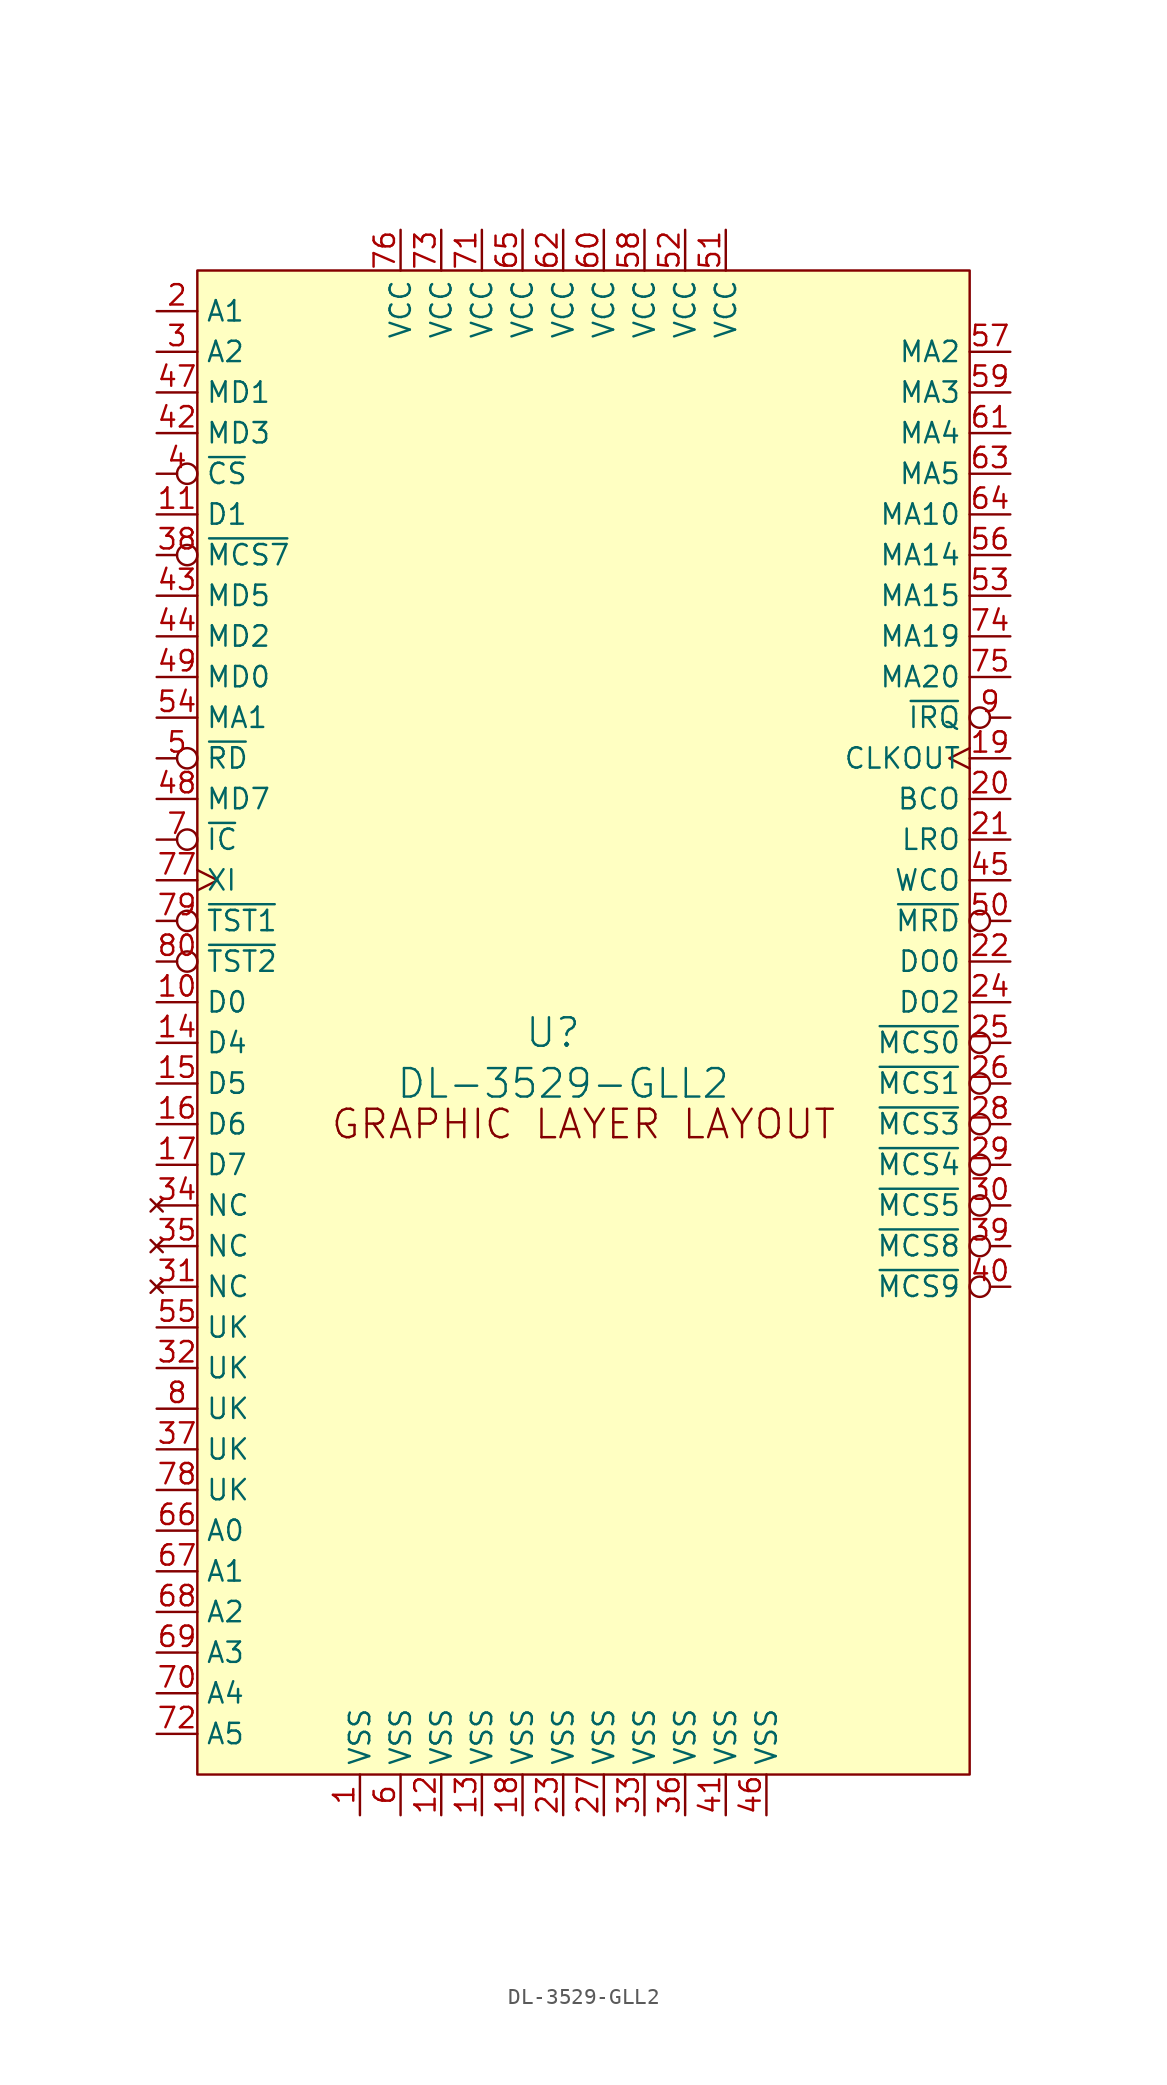
<source format=kicad_sym>
(kicad_symbol_lib
  (version 20211014)
  (generator kicad_symbol_editor)
  (symbol "DL-3529-GLL2"
    (property "Reference" "U"
      (at -0.635 3.175 0)
      (effects (font (size 1.778 1.778))))
    (property "Value" "DL-3529-GLL2"
      (at 0 0 0)
      (effects (font (size 1.778 1.778))))
    (symbol "DL-3529-GLL2_0_0"
      (text "GRAPHIC LAYER LAYOUT" (at 1.27 -2.54 0) (effects (font (size 1.778 1.778)))))
    (symbol "DL-3529-GLL2_0_1"
      (rectangle (start -22.86 50.8) (end 25.4 -43.18) (stroke (width 0) (type default) (color 0 0 0 0)) (fill (type background))))
    (symbol "DL-3529-GLL2_1_1"
      (pin power_in line (at -12.7 -45.72 90) (length 2.54) (name "VSS" (effects (font (size 1.27 1.27)))) (number "1" (effects (font (size 1.27 1.27)))))
      (pin bidirectional line (at -25.4 5.08 0) (length 2.54) (name "D0" (effects (font (size 1.27 1.27)))) (number "10" (effects (font (size 1.27 1.27)))))
      (pin bidirectional line (at -25.4 35.56 0) (length 2.54) (name "D1" (effects (font (size 1.27 1.27)))) (number "11" (effects (font (size 1.27 1.27)))))
      (pin power_in line (at -7.62 -45.72 90) (length 2.54) (name "VSS" (effects (font (size 1.27 1.27)))) (number "12" (effects (font (size 1.27 1.27)))))
      (pin power_in line (at -5.08 -45.72 90) (length 2.54) (name "VSS" (effects (font (size 1.27 1.27)))) (number "13" (effects (font (size 1.27 1.27)))))
      (pin bidirectional line (at -25.4 2.54 0) (length 2.54) (name "D4" (effects (font (size 1.27 1.27)))) (number "14" (effects (font (size 1.27 1.27)))))
      (pin bidirectional line (at -25.4 0 0) (length 2.54) (name "D5" (effects (font (size 1.27 1.27)))) (number "15" (effects (font (size 1.27 1.27)))))
      (pin bidirectional line (at -25.4 -2.54 0) (length 2.54) (name "D6" (effects (font (size 1.27 1.27)))) (number "16" (effects (font (size 1.27 1.27)))))
      (pin bidirectional line (at -25.4 -5.08 0) (length 2.54) (name "D7" (effects (font (size 1.27 1.27)))) (number "17" (effects (font (size 1.27 1.27)))))
      (pin power_in line (at -2.54 -45.72 90) (length 2.54) (name "VSS" (effects (font (size 1.27 1.27)))) (number "18" (effects (font (size 1.27 1.27)))))
      (pin output clock (at 27.94 20.32 180) (length 2.54) (name "CLKOUT" (effects (font (size 1.27 1.27)))) (number "19" (effects (font (size 1.27 1.27)))))
      (pin input line (at -25.4 48.26 0) (length 2.54) (name "A1" (effects (font (size 1.27 1.27)))) (number "2" (effects (font (size 1.27 1.27)))))
      (pin output line (at 27.94 17.78 180) (length 2.54) (name "BCO" (effects (font (size 1.27 1.27)))) (number "20" (effects (font (size 1.27 1.27)))))
      (pin output line (at 27.94 15.24 180) (length 2.54) (name "LRO" (effects (font (size 1.27 1.27)))) (number "21" (effects (font (size 1.27 1.27)))))
      (pin output line (at 27.94 7.62 180) (length 2.54) (name "DO0" (effects (font (size 1.27 1.27)))) (number "22" (effects (font (size 1.27 1.27)))))
      (pin power_in line (at 0 -45.72 90) (length 2.54) (name "VSS" (effects (font (size 1.27 1.27)))) (number "23" (effects (font (size 1.27 1.27)))))
      (pin output line (at 27.94 5.08 180) (length 2.54) (name "DO2" (effects (font (size 1.27 1.27)))) (number "24" (effects (font (size 1.27 1.27)))))
      (pin output inverted (at 27.94 2.54 180) (length 2.54) (name "~{MCS0}" (effects (font (size 1.27 1.27)))) (number "25" (effects (font (size 1.27 1.27)))))
      (pin output inverted (at 27.94 0 180) (length 2.54) (name "~{MCS1}" (effects (font (size 1.27 1.27)))) (number "26" (effects (font (size 1.27 1.27)))))
      (pin power_in line (at 2.54 -45.72 90) (length 2.54) (name "VSS" (effects (font (size 1.27 1.27)))) (number "27" (effects (font (size 1.27 1.27)))))
      (pin output inverted (at 27.94 -2.54 180) (length 2.54) (name "~{MCS3}" (effects (font (size 1.27 1.27)))) (number "28" (effects (font (size 1.27 1.27)))))
      (pin output inverted (at 27.94 -5.08 180) (length 2.54) (name "~{MCS4}" (effects (font (size 1.27 1.27)))) (number "29" (effects (font (size 1.27 1.27)))))
      (pin input line (at -25.4 45.72 0) (length 2.54) (name "A2" (effects (font (size 1.27 1.27)))) (number "3" (effects (font (size 1.27 1.27)))))
      (pin output inverted (at 27.94 -7.62 180) (length 2.54) (name "~{MCS5}" (effects (font (size 1.27 1.27)))) (number "30" (effects (font (size 1.27 1.27)))))
      (pin no_connect line (at -25.4 -12.7 0) (length 2.54) (name "NC" (effects (font (size 1.27 1.27)))) (number "31" (effects (font (size 1.27 1.27)))))
      (pin bidirectional line (at -25.4 -17.78 0) (length 2.54) (name "UK" (effects (font (size 1.27 1.27)))) (number "32" (effects (font (size 1.27 1.27)))))
      (pin power_in line (at 5.08 -45.72 90) (length 2.54) (name "VSS" (effects (font (size 1.27 1.27)))) (number "33" (effects (font (size 1.27 1.27)))))
      (pin no_connect line (at -25.4 -7.62 0) (length 2.54) (name "NC" (effects (font (size 1.27 1.27)))) (number "34" (effects (font (size 1.27 1.27)))))
      (pin no_connect line (at -25.4 -10.16 0) (length 2.54) (name "NC" (effects (font (size 1.27 1.27)))) (number "35" (effects (font (size 1.27 1.27)))))
      (pin power_in line (at 7.62 -45.72 90) (length 2.54) (name "VSS" (effects (font (size 1.27 1.27)))) (number "36" (effects (font (size 1.27 1.27)))))
      (pin bidirectional line (at -25.4 -22.86 0) (length 2.54) (name "UK" (effects (font (size 1.27 1.27)))) (number "37" (effects (font (size 1.27 1.27)))))
      (pin output inverted (at -25.4 33.02 0) (length 2.54) (name "~{MCS7}" (effects (font (size 1.27 1.27)))) (number "38" (effects (font (size 1.27 1.27)))))
      (pin output inverted (at 27.94 -10.16 180) (length 2.54) (name "~{MCS8}" (effects (font (size 1.27 1.27)))) (number "39" (effects (font (size 1.27 1.27)))))
      (pin input inverted (at -25.4 38.1 0) (length 2.54) (name "~{CS}" (effects (font (size 1.27 1.27)))) (number "4" (effects (font (size 1.27 1.27)))))
      (pin output inverted (at 27.94 -12.7 180) (length 2.54) (name "~{MCS9}" (effects (font (size 1.27 1.27)))) (number "40" (effects (font (size 1.27 1.27)))))
      (pin power_in line (at 10.16 -45.72 90) (length 2.54) (name "VSS" (effects (font (size 1.27 1.27)))) (number "41" (effects (font (size 1.27 1.27)))))
      (pin bidirectional line (at -25.4 40.64 0) (length 2.54) (name "MD3" (effects (font (size 1.27 1.27)))) (number "42" (effects (font (size 1.27 1.27)))))
      (pin bidirectional line (at -25.4 30.48 0) (length 2.54) (name "MD5" (effects (font (size 1.27 1.27)))) (number "43" (effects (font (size 1.27 1.27)))))
      (pin bidirectional line (at -25.4 27.94 0) (length 2.54) (name "MD2" (effects (font (size 1.27 1.27)))) (number "44" (effects (font (size 1.27 1.27)))))
      (pin output line (at 27.94 12.7 180) (length 2.54) (name "WCO" (effects (font (size 1.27 1.27)))) (number "45" (effects (font (size 1.27 1.27)))))
      (pin power_in line (at 12.7 -45.72 90) (length 2.54) (name "VSS" (effects (font (size 1.27 1.27)))) (number "46" (effects (font (size 1.27 1.27)))))
      (pin bidirectional line (at -25.4 43.18 0) (length 2.54) (name "MD1" (effects (font (size 1.27 1.27)))) (number "47" (effects (font (size 1.27 1.27)))))
      (pin bidirectional line (at -25.4 17.78 0) (length 2.54) (name "MD7" (effects (font (size 1.27 1.27)))) (number "48" (effects (font (size 1.27 1.27)))))
      (pin bidirectional line (at -25.4 25.4 0) (length 2.54) (name "MD0" (effects (font (size 1.27 1.27)))) (number "49" (effects (font (size 1.27 1.27)))))
      (pin input inverted (at -25.4 20.32 0) (length 2.54) (name "~{RD}" (effects (font (size 1.27 1.27)))) (number "5" (effects (font (size 1.27 1.27)))))
      (pin output inverted (at 27.94 10.16 180) (length 2.54) (name "~{MRD}" (effects (font (size 1.27 1.27)))) (number "50" (effects (font (size 1.27 1.27)))))
      (pin power_in line (at 10.16 53.34 270) (length 2.54) (name "VCC" (effects (font (size 1.27 1.27)))) (number "51" (effects (font (size 1.27 1.27)))))
      (pin power_in line (at 7.62 53.34 270) (length 2.54) (name "VCC" (effects (font (size 1.27 1.27)))) (number "52" (effects (font (size 1.27 1.27)))))
      (pin output line (at 27.94 30.48 180) (length 2.54) (name "MA15" (effects (font (size 1.27 1.27)))) (number "53" (effects (font (size 1.27 1.27)))))
      (pin output line (at -25.4 22.86 0) (length 2.54) (name "MA1" (effects (font (size 1.27 1.27)))) (number "54" (effects (font (size 1.27 1.27)))))
      (pin bidirectional line (at -25.4 -15.24 0) (length 2.54) (name "UK" (effects (font (size 1.27 1.27)))) (number "55" (effects (font (size 1.27 1.27)))))
      (pin output line (at 27.94 33.02 180) (length 2.54) (name "MA14" (effects (font (size 1.27 1.27)))) (number "56" (effects (font (size 1.27 1.27)))))
      (pin output line (at 27.94 45.72 180) (length 2.54) (name "MA2" (effects (font (size 1.27 1.27)))) (number "57" (effects (font (size 1.27 1.27)))))
      (pin power_in line (at 5.08 53.34 270) (length 2.54) (name "VCC" (effects (font (size 1.27 1.27)))) (number "58" (effects (font (size 1.27 1.27)))))
      (pin output line (at 27.94 43.18 180) (length 2.54) (name "MA3" (effects (font (size 1.27 1.27)))) (number "59" (effects (font (size 1.27 1.27)))))
      (pin power_in line (at -10.16 -45.72 90) (length 2.54) (name "VSS" (effects (font (size 1.27 1.27)))) (number "6" (effects (font (size 1.27 1.27)))))
      (pin power_in line (at 2.54 53.34 270) (length 2.54) (name "VCC" (effects (font (size 1.27 1.27)))) (number "60" (effects (font (size 1.27 1.27)))))
      (pin output line (at 27.94 40.64 180) (length 2.54) (name "MA4" (effects (font (size 1.27 1.27)))) (number "61" (effects (font (size 1.27 1.27)))))
      (pin power_in line (at 0 53.34 270) (length 2.54) (name "VCC" (effects (font (size 1.27 1.27)))) (number "62" (effects (font (size 1.27 1.27)))))
      (pin output line (at 27.94 38.1 180) (length 2.54) (name "MA5" (effects (font (size 1.27 1.27)))) (number "63" (effects (font (size 1.27 1.27)))))
      (pin output line (at 27.94 35.56 180) (length 2.54) (name "MA10" (effects (font (size 1.27 1.27)))) (number "64" (effects (font (size 1.27 1.27)))))
      (pin power_in line (at -2.54 53.34 270) (length 2.54) (name "VCC" (effects (font (size 1.27 1.27)))) (number "65" (effects (font (size 1.27 1.27)))))
      (pin bidirectional line (at -25.4 -27.94 0) (length 2.54) (name "A0" (effects (font (size 1.27 1.27)))) (number "66" (effects (font (size 1.27 1.27)))))
      (pin bidirectional line (at -25.4 -30.48 0) (length 2.54) (name "A1" (effects (font (size 1.27 1.27)))) (number "67" (effects (font (size 1.27 1.27)))))
      (pin bidirectional line (at -25.4 -33.02 0) (length 2.54) (name "A2" (effects (font (size 1.27 1.27)))) (number "68" (effects (font (size 1.27 1.27)))))
      (pin bidirectional line (at -25.4 -35.56 0) (length 2.54) (name "A3" (effects (font (size 1.27 1.27)))) (number "69" (effects (font (size 1.27 1.27)))))
      (pin input inverted (at -25.4 15.24 0) (length 2.54) (name "~{IC}" (effects (font (size 1.27 1.27)))) (number "7" (effects (font (size 1.27 1.27)))))
      (pin bidirectional line (at -25.4 -38.1 0) (length 2.54) (name "A4" (effects (font (size 1.27 1.27)))) (number "70" (effects (font (size 1.27 1.27)))))
      (pin power_in line (at -5.08 53.34 270) (length 2.54) (name "VCC" (effects (font (size 1.27 1.27)))) (number "71" (effects (font (size 1.27 1.27)))))
      (pin bidirectional line (at -25.4 -40.64 0) (length 2.54) (name "A5" (effects (font (size 1.27 1.27)))) (number "72" (effects (font (size 1.27 1.27)))))
      (pin power_in line (at -7.62 53.34 270) (length 2.54) (name "VCC" (effects (font (size 1.27 1.27)))) (number "73" (effects (font (size 1.27 1.27)))))
      (pin output line (at 27.94 27.94 180) (length 2.54) (name "MA19" (effects (font (size 1.27 1.27)))) (number "74" (effects (font (size 1.27 1.27)))))
      (pin output line (at 27.94 25.4 180) (length 2.54) (name "MA20" (effects (font (size 1.27 1.27)))) (number "75" (effects (font (size 1.27 1.27)))))
      (pin power_in line (at -10.16 53.34 270) (length 2.54) (name "VCC" (effects (font (size 1.27 1.27)))) (number "76" (effects (font (size 1.27 1.27)))))
      (pin input clock (at -25.4 12.7 0) (length 2.54) (name "XI" (effects (font (size 1.27 1.27)))) (number "77" (effects (font (size 1.27 1.27)))))
      (pin bidirectional line (at -25.4 -25.4 0) (length 2.54) (name "UK" (effects (font (size 1.27 1.27)))) (number "78" (effects (font (size 1.27 1.27)))))
      (pin input inverted (at -25.4 10.16 0) (length 2.54) (name "~{TST1}" (effects (font (size 1.27 1.27)))) (number "79" (effects (font (size 1.27 1.27)))))
      (pin bidirectional line (at -25.4 -20.32 0) (length 2.54) (name "UK" (effects (font (size 1.27 1.27)))) (number "8" (effects (font (size 1.27 1.27)))))
      (pin input inverted (at -25.4 7.62 0) (length 2.54) (name "~{TST2}" (effects (font (size 1.27 1.27)))) (number "80" (effects (font (size 1.27 1.27)))))
      (pin output inverted (at 27.94 22.86 180) (length 2.54) (name "~{IRQ}" (effects (font (size 1.27 1.27)))) (number "9" (effects (font (size 1.27 1.27))))))))
</source>
